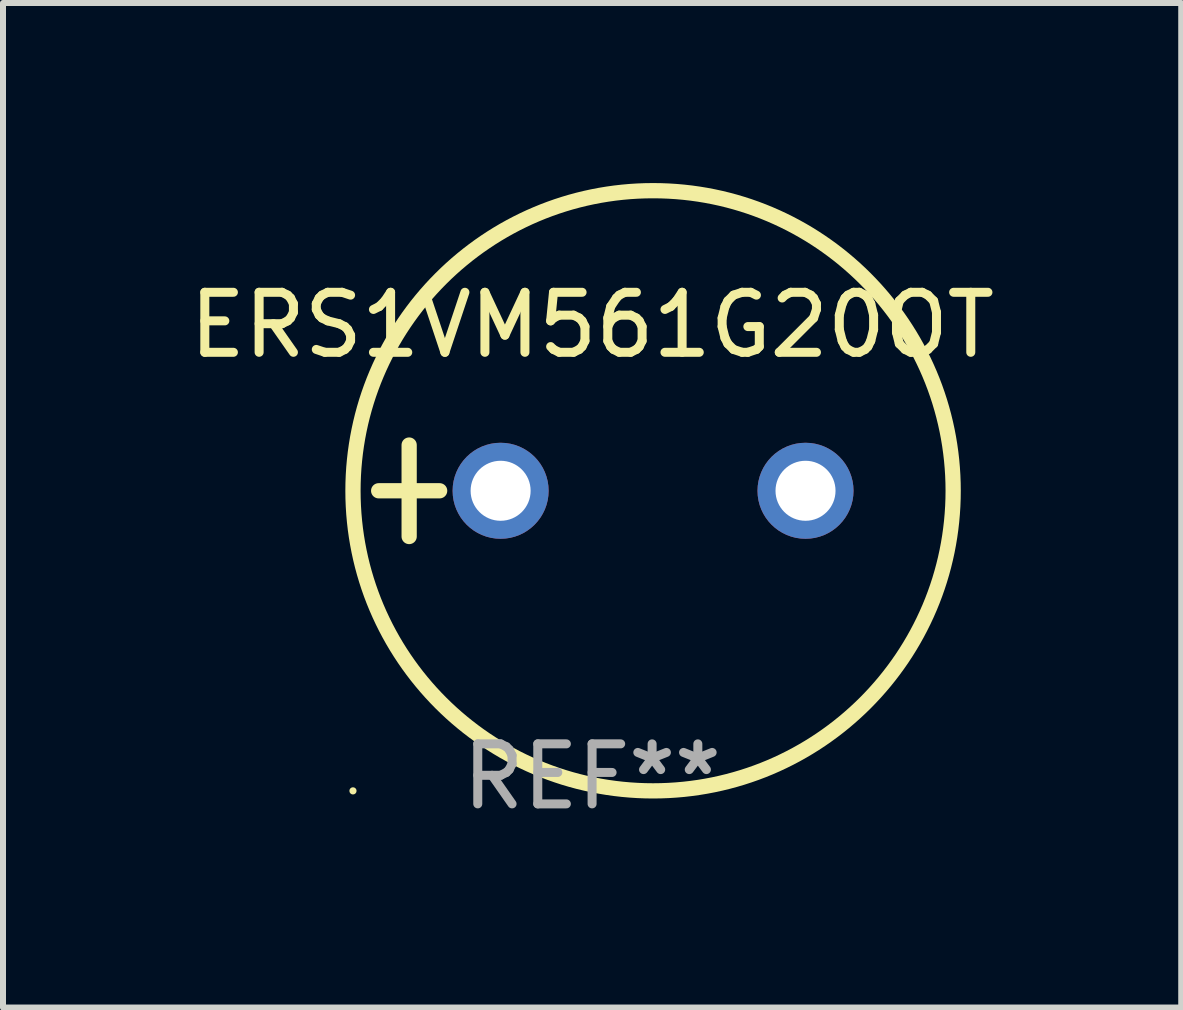
<source format=kicad_pcb>
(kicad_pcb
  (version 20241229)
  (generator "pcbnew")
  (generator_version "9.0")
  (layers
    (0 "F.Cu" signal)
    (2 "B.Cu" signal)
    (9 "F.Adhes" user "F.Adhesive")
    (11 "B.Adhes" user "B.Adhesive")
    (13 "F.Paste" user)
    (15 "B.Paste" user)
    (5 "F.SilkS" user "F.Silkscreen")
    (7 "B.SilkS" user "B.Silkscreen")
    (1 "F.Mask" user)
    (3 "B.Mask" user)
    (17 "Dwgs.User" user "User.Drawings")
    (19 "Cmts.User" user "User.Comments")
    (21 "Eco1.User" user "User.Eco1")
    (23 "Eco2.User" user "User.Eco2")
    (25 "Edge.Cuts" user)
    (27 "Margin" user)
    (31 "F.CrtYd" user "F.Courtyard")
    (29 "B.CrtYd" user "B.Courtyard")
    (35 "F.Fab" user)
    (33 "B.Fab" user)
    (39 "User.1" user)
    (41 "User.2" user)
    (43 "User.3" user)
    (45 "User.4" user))
  (footprint "ERS1VM561G20OT"
    (layer "F.Cu")
    (at 6.815 5.127)
    (property "Reference" "ERS1VM561G20OT" (at 0 -2.762 0) (layer "F.SilkS") (effects (font (size 1 1) (thickness 0.15))))
    (attr through_hole)
    (fp_line (start -3.556 0) (end -2.54 0) (stroke (width 0.254) (type solid)) (layer "F.SilkS"))
    (fp_line (start -3.048 -0.762) (end -3.048 0.762) (stroke (width 0.254) (type solid)) (layer "F.SilkS"))
    (fp_circle (center -3.984 5) (end -3.954 5) (stroke (width 0.06) (type solid)) (fill no) (layer "F.SilkS"))
    (fp_circle (center 1.016 0) (end 6.016 0) (stroke (width 0.254) (type solid)) (fill no) (layer "F.SilkS"))
    (fp_text user "REF**" (at 0 4.762 0) (layer "F.Fab") (effects (font (size 1 1) (thickness 0.15))))
    (pad "1" thru_hole circle (at -1.524 0) (size 1.6 1.6) (drill 1) (layers "*.Cu" "*.Mask"))
    (pad "2" thru_hole circle (at 3.556 0) (size 1.6 1.6) (drill 1) (layers "*.Cu" "*.Mask")))
  (gr_rect
    (start -3 -3)
    (end 16.631 13.737)
    (stroke (width 0.1) (type default))
    (fill no)
    (layer "Edge.Cuts")))
</source>
